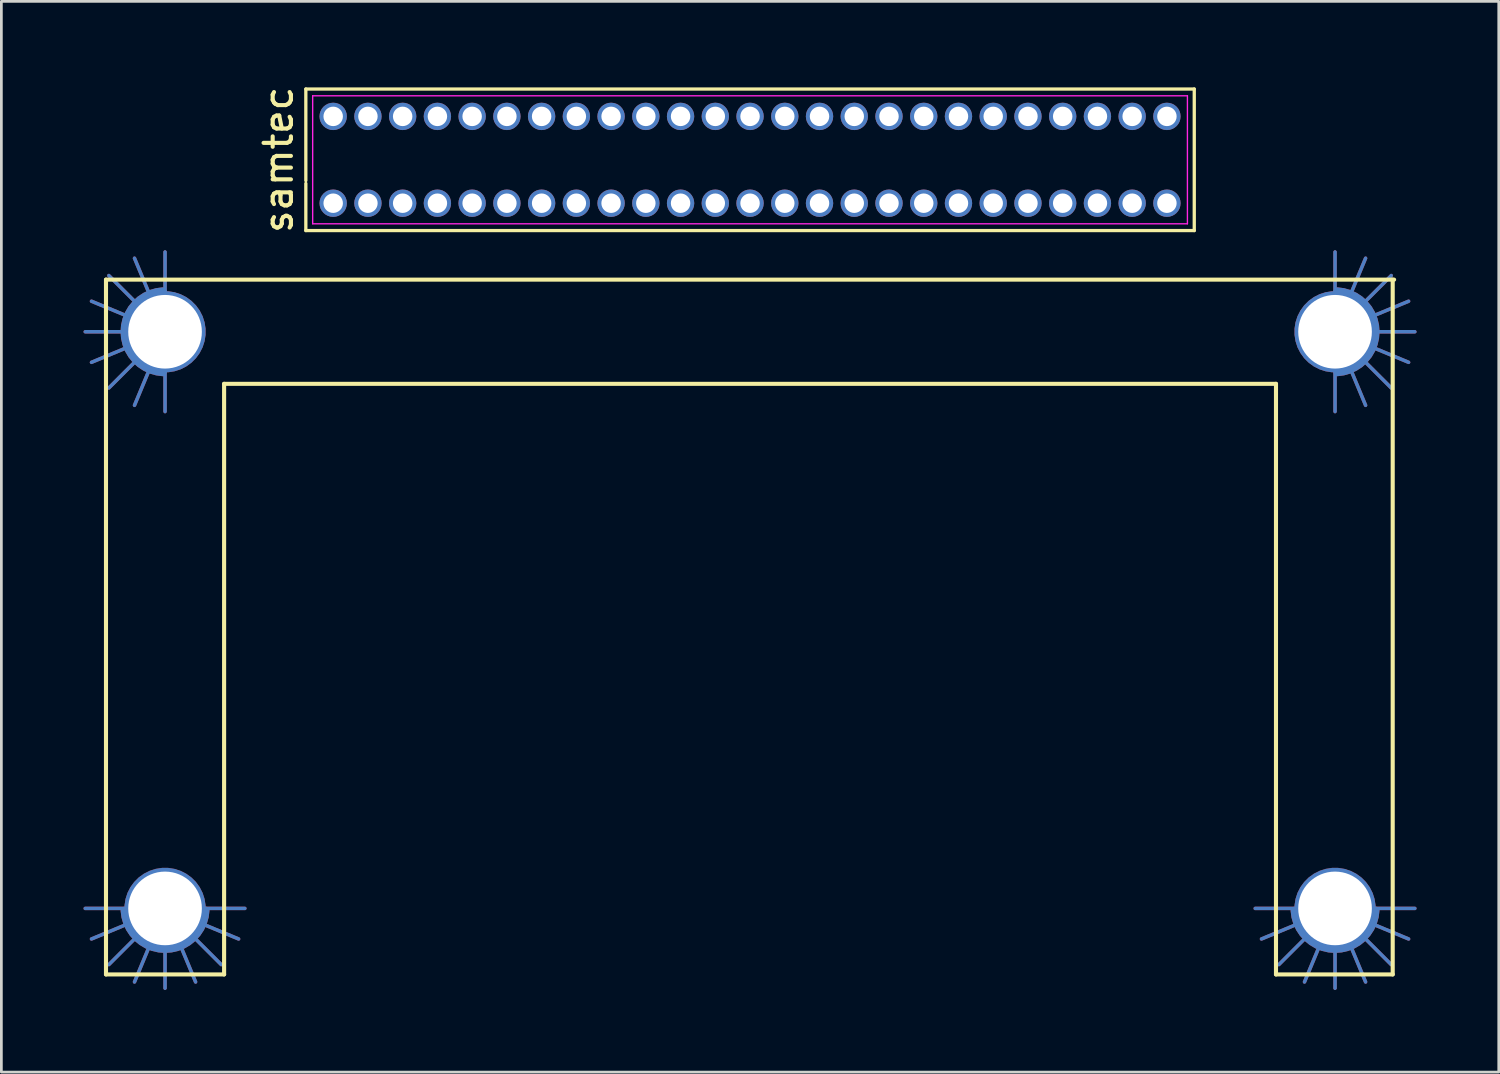
<source format=kicad_pcb>
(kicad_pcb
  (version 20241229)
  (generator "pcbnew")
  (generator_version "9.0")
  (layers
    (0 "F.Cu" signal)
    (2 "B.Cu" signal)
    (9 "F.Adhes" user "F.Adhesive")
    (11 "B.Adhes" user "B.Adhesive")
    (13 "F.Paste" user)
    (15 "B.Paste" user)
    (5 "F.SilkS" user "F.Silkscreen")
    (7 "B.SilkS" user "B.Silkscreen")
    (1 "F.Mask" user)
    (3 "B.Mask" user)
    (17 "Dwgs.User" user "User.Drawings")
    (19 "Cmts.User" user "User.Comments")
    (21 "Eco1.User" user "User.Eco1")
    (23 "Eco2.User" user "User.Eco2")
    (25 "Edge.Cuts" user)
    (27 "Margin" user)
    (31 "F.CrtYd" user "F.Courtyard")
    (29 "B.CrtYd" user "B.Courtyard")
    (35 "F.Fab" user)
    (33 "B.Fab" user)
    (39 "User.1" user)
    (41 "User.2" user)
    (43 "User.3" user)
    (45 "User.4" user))
  (footprint "samtec"
    (layer "F.Cu")
    (at 24.371 2.792)
    (property "Reference" "samtec" (at -17.24 0 90) (layer "F.SilkS") (effects (font (size 1 1) (thickness 0.15))))
    (attr through_hole)
    (fp_circle (center -21.387 6.287) (end -19.971 6.287) (stroke (width 0.14) (type solid)) (fill no) (layer "F.Mask"))
    (fp_circle (center -21.387 27.369) (end -19.971 27.369) (stroke (width 0.14) (type solid)) (fill no) (layer "F.Mask"))
    (fp_circle (center 21.387 6.287) (end 22.803 6.287) (stroke (width 0.14) (type solid)) (fill no) (layer "F.Mask"))
    (fp_circle (center 21.387 27.369) (end 22.803 27.369) (stroke (width 0.14) (type solid)) (fill no) (layer "F.Mask"))
    (fp_circle (center -21.387 6.287) (end -19.971 6.287) (stroke (width 0.14) (type solid)) (fill no) (layer "B.Mask"))
    (fp_circle (center -21.387 27.369) (end -19.971 27.369) (stroke (width 0.14) (type solid)) (fill no) (layer "B.Mask"))
    (fp_circle (center 21.387 6.287) (end 22.803 6.287) (stroke (width 0.14) (type solid)) (fill no) (layer "B.Mask"))
    (fp_circle (center 21.387 27.369) (end 22.803 27.369) (stroke (width 0.14) (type solid)) (fill no) (layer "B.Mask"))
    (fp_line (start -23.546 4.381) (end -23.546 29.782) (stroke (width 0.15) (type solid)) (layer "F.SilkS"))
    (fp_line (start -23.546 4.381) (end 23.546 4.381) (stroke (width 0.15) (type solid)) (layer "F.SilkS"))
    (fp_line (start -23.546 29.782) (end -19.228 29.782) (stroke (width 0.15) (type solid)) (layer "F.SilkS"))
    (fp_line (start -19.228 8.191) (end -19.228 29.782) (stroke (width 0.15) (type solid)) (layer "F.SilkS"))
    (fp_line (start -19.228 8.191) (end 19.228 8.191) (stroke (width 0.15) (type solid)) (layer "F.SilkS"))
    (fp_line (start -16.24 -2.587) (end -16.24 0.762) (stroke (width 0.12) (type solid)) (layer "F.SilkS"))
    (fp_line (start -16.24 0.862) (end -16.24 2.587) (stroke (width 0.12) (type solid)) (layer "F.SilkS"))
    (fp_line (start -16.24 2.587) (end 16.24 2.587) (stroke (width 0.12) (type solid)) (layer "F.SilkS"))
    (fp_line (start 16.24 -2.587) (end -16.24 -2.587) (stroke (width 0.12) (type solid)) (layer "F.SilkS"))
    (fp_line (start 16.24 2.587) (end 16.24 -2.587) (stroke (width 0.12) (type solid)) (layer "F.SilkS"))
    (fp_line (start 19.228 8.191) (end 19.228 29.782) (stroke (width 0.15) (type solid)) (layer "F.SilkS"))
    (fp_line (start 19.228 29.782) (end 23.495 29.782) (stroke (width 0.15) (type solid)) (layer "F.SilkS"))
    (fp_line (start 23.495 4.381) (end 23.495 29.782) (stroke (width 0.15) (type solid)) (layer "F.SilkS"))
    (fp_line (start -15.99 -2.34) (end 15.99 -2.34) (stroke (width 0.05) (type solid)) (layer "F.CrtYd"))
    (fp_line (start -15.99 2.34) (end -15.99 -2.34) (stroke (width 0.05) (type solid)) (layer "F.CrtYd"))
    (fp_line (start 15.99 -2.34) (end 15.99 2.34) (stroke (width 0.05) (type solid)) (layer "F.CrtYd"))
    (fp_line (start 15.99 2.34) (end -15.99 2.34) (stroke (width 0.05) (type solid)) (layer "F.CrtYd"))
    (pad "" thru_hole custom (at -21.387 6.287 270) (size 2.972 2.972) (drill 2.692) (layers "*.Cu") (options (anchor circle)) (primitives (gr_line (start 0 0) (end 2.921 0) (width 0.127)) (gr_line (start 0 0) (end 2.692 1.118) (width 0.127)) (gr_line (start 0 0) (end 2.057 2.057) (width 0.127)) (gr_line (start 0 0) (end 1.118 2.692) (width 0.127)) (gr_line (start 0 0) (end 0 2.921) (width 0.127)) (gr_line (start 0 0) (end -1.118 2.692) (width 0.127)) (gr_line (start 0 0) (end -2.057 2.057) (width 0.127)) (gr_line (start 0 0) (end -2.692 1.118) (width 0.127)) (gr_line (start 0 0) (end -2.921 0) (width 0.127)) (gr_arc (start 1.4732 0.0762) (mid 0.001006 1.475169) (end -1.473095 0.078209) (width 0.3048))))
    (pad "" thru_hole custom (at -21.387 27.369) (size 2.972 2.972) (drill 2.692) (layers "*.Cu") (options (anchor circle)) (primitives (gr_line (start 0 0) (end 2.921 0) (width 0.127)) (gr_line (start 0 0) (end 2.692 1.118) (width 0.127)) (gr_line (start 0 0) (end 2.057 2.057) (width 0.127)) (gr_line (start 0 0) (end 1.118 2.692) (width 0.127)) (gr_line (start 0 0) (end 0 2.921) (width 0.127)) (gr_line (start 0 0) (end -1.118 2.692) (width 0.127)) (gr_line (start 0 0) (end -2.057 2.057) (width 0.127)) (gr_line (start 0 0) (end -2.692 1.118) (width 0.127)) (gr_line (start 0 0) (end -2.921 0) (width 0.127)) (gr_arc (start 1.4732 0.0762) (mid 0.001006 1.475169) (end -1.473095 0.078209) (width 0.3048))))
    (pad "" thru_hole custom (at 21.387 6.287 90) (size 2.972 2.972) (drill 2.692) (layers "*.Cu") (options (anchor circle)) (primitives (gr_line (start 0 0) (end 2.921 0) (width 0.127)) (gr_line (start 0 0) (end 2.692 1.118) (width 0.127)) (gr_line (start 0 0) (end 2.057 2.057) (width 0.127)) (gr_line (start 0 0) (end 1.118 2.692) (width 0.127)) (gr_line (start 0 0) (end 0 2.921) (width 0.127)) (gr_line (start 0 0) (end -1.118 2.692) (width 0.127)) (gr_line (start 0 0) (end -2.057 2.057) (width 0.127)) (gr_line (start 0 0) (end -2.692 1.118) (width 0.127)) (gr_line (start 0 0) (end -2.921 0) (width 0.127)) (gr_arc (start 1.4732 0.0762) (mid 0.001006 1.475169) (end -1.473095 0.078209) (width 0.3048))))
    (pad "" thru_hole custom (at 21.387 27.369) (size 2.972 2.972) (drill 2.692) (layers "*.Cu") (options (anchor circle)) (primitives (gr_line (start 0 0) (end 2.921 0) (width 0.127)) (gr_line (start 0 0) (end 2.692 1.118) (width 0.127)) (gr_line (start 0 0) (end 2.057 2.057) (width 0.127)) (gr_line (start 0 0) (end 1.118 2.692) (width 0.127)) (gr_line (start 0 0) (end 0 2.921) (width 0.127)) (gr_line (start 0 0) (end -1.118 2.692) (width 0.127)) (gr_line (start 0 0) (end -2.057 2.057) (width 0.127)) (gr_line (start 0 0) (end -2.692 1.118) (width 0.127)) (gr_line (start 0 0) (end -2.921 0) (width 0.127)) (gr_arc (start 1.4732 0.0762) (mid 0.001006 1.475169) (end -1.473095 0.078209) (width 0.3048))))
    (pad "1" thru_hole circle (at -15.24 -1.587) (size 1 1) (drill 0.711) (layers "*.Cu" "*.Mask"))
    (pad "2" thru_hole circle (at -13.97 -1.587) (size 1 1) (drill 0.711) (layers "*.Cu" "*.Mask"))
    (pad "3" thru_hole circle (at -12.7 -1.587) (size 1 1) (drill 0.711) (layers "*.Cu" "*.Mask"))
    (pad "4" thru_hole circle (at -11.43 -1.587) (size 1 1) (drill 0.711) (layers "*.Cu" "*.Mask"))
    (pad "5" thru_hole circle (at -10.16 -1.587) (size 1 1) (drill 0.711) (layers "*.Cu" "*.Mask"))
    (pad "6" thru_hole circle (at -8.89 -1.587) (size 1 1) (drill 0.711) (layers "*.Cu" "*.Mask"))
    (pad "7" thru_hole circle (at -7.62 -1.587) (size 1 1) (drill 0.711) (layers "*.Cu" "*.Mask"))
    (pad "8" thru_hole circle (at -6.35 -1.587) (size 1 1) (drill 0.711) (layers "*.Cu" "*.Mask"))
    (pad "9" thru_hole circle (at -5.08 -1.587) (size 1 1) (drill 0.711) (layers "*.Cu" "*.Mask"))
    (pad "10" thru_hole circle (at -3.81 -1.587) (size 1 1) (drill 0.711) (layers "*.Cu" "*.Mask"))
    (pad "11" thru_hole circle (at -2.54 -1.587) (size 1 1) (drill 0.711) (layers "*.Cu" "*.Mask"))
    (pad "12" thru_hole circle (at -1.27 -1.587) (size 1 1) (drill 0.711) (layers "*.Cu" "*.Mask"))
    (pad "13" thru_hole circle (at 0 -1.587) (size 1 1) (drill 0.711) (layers "*.Cu" "*.Mask"))
    (pad "14" thru_hole circle (at 1.27 -1.587) (size 1 1) (drill 0.711) (layers "*.Cu" "*.Mask"))
    (pad "15" thru_hole circle (at 2.54 -1.587) (size 1 1) (drill 0.711) (layers "*.Cu" "*.Mask"))
    (pad "16" thru_hole circle (at 3.81 -1.587) (size 1 1) (drill 0.711) (layers "*.Cu" "*.Mask"))
    (pad "17" thru_hole circle (at 5.08 -1.587) (size 1 1) (drill 0.711) (layers "*.Cu" "*.Mask"))
    (pad "18" thru_hole circle (at 6.35 -1.587) (size 1 1) (drill 0.711) (layers "*.Cu" "*.Mask"))
    (pad "19" thru_hole circle (at 7.62 -1.587) (size 1 1) (drill 0.711) (layers "*.Cu" "*.Mask"))
    (pad "20" thru_hole circle (at 8.89 -1.587) (size 1 1) (drill 0.711) (layers "*.Cu" "*.Mask"))
    (pad "21" thru_hole circle (at 10.16 -1.587) (size 1 1) (drill 0.711) (layers "*.Cu" "*.Mask"))
    (pad "22" thru_hole circle (at 11.43 -1.587) (size 1 1) (drill 0.711) (layers "*.Cu" "*.Mask"))
    (pad "23" thru_hole circle (at 12.7 -1.587) (size 1 1) (drill 0.711) (layers "*.Cu" "*.Mask"))
    (pad "24" thru_hole circle (at 13.97 -1.587) (size 1 1) (drill 0.711) (layers "*.Cu" "*.Mask"))
    (pad "25" thru_hole circle (at 15.24 -1.587) (size 1 1) (drill 0.711) (layers "*.Cu" "*.Mask"))
    (pad "26" thru_hole circle (at -15.24 1.587) (size 1 1) (drill 0.711) (layers "*.Cu" "*.Mask"))
    (pad "27" thru_hole circle (at -13.97 1.587) (size 1 1) (drill 0.711) (layers "*.Cu" "*.Mask"))
    (pad "28" thru_hole circle (at -12.7 1.587) (size 1 1) (drill 0.711) (layers "*.Cu" "*.Mask"))
    (pad "29" thru_hole circle (at -11.43 1.587) (size 1 1) (drill 0.711) (layers "*.Cu" "*.Mask"))
    (pad "30" thru_hole circle (at -10.16 1.587) (size 1 1) (drill 0.711) (layers "*.Cu" "*.Mask"))
    (pad "31" thru_hole circle (at -8.89 1.587) (size 1 1) (drill 0.711) (layers "*.Cu" "*.Mask"))
    (pad "32" thru_hole circle (at -7.62 1.587) (size 1 1) (drill 0.711) (layers "*.Cu" "*.Mask"))
    (pad "33" thru_hole circle (at -6.35 1.587) (size 1 1) (drill 0.711) (layers "*.Cu" "*.Mask"))
    (pad "34" thru_hole circle (at -5.08 1.587) (size 1 1) (drill 0.711) (layers "*.Cu" "*.Mask"))
    (pad "35" thru_hole circle (at -3.81 1.587) (size 1 1) (drill 0.711) (layers "*.Cu" "*.Mask"))
    (pad "36" thru_hole circle (at -2.54 1.587) (size 1 1) (drill 0.711) (layers "*.Cu" "*.Mask"))
    (pad "37" thru_hole circle (at -1.27 1.587) (size 1 1) (drill 0.711) (layers "*.Cu" "*.Mask"))
    (pad "38" thru_hole circle (at 0 1.587) (size 1 1) (drill 0.711) (layers "*.Cu" "*.Mask"))
    (pad "39" thru_hole circle (at 1.27 1.587) (size 1 1) (drill 0.711) (layers "*.Cu" "*.Mask"))
    (pad "40" thru_hole circle (at 2.54 1.587) (size 1 1) (drill 0.711) (layers "*.Cu" "*.Mask"))
    (pad "41" thru_hole circle (at 3.81 1.587) (size 1 1) (drill 0.711) (layers "*.Cu" "*.Mask"))
    (pad "42" thru_hole circle (at 5.08 1.587) (size 1 1) (drill 0.711) (layers "*.Cu" "*.Mask"))
    (pad "43" thru_hole circle (at 6.35 1.587) (size 1 1) (drill 0.711) (layers "*.Cu" "*.Mask"))
    (pad "44" thru_hole circle (at 7.62 1.587) (size 1 1) (drill 0.711) (layers "*.Cu" "*.Mask"))
    (pad "45" thru_hole circle (at 8.89 1.587) (size 1 1) (drill 0.711) (layers "*.Cu" "*.Mask"))
    (pad "46" thru_hole circle (at 10.16 1.587) (size 1 1) (drill 0.711) (layers "*.Cu" "*.Mask"))
    (pad "47" thru_hole circle (at 11.43 1.587) (size 1 1) (drill 0.711) (layers "*.Cu" "*.Mask"))
    (pad "48" thru_hole circle (at 12.7 1.587) (size 1 1) (drill 0.711) (layers "*.Cu" "*.Mask"))
    (pad "49" thru_hole circle (at 13.97 1.587) (size 1 1) (drill 0.711) (layers "*.Cu" "*.Mask"))
    (pad "50" thru_hole circle (at 15.24 1.587) (size 1 1) (drill 0.711) (layers "*.Cu" "*.Mask")))
  (gr_rect
    (start -3 -3)
    (end 51.743 36.145)
    (stroke (width 0.1) (type default))
    (fill no)
    (layer "Edge.Cuts")))
</source>
